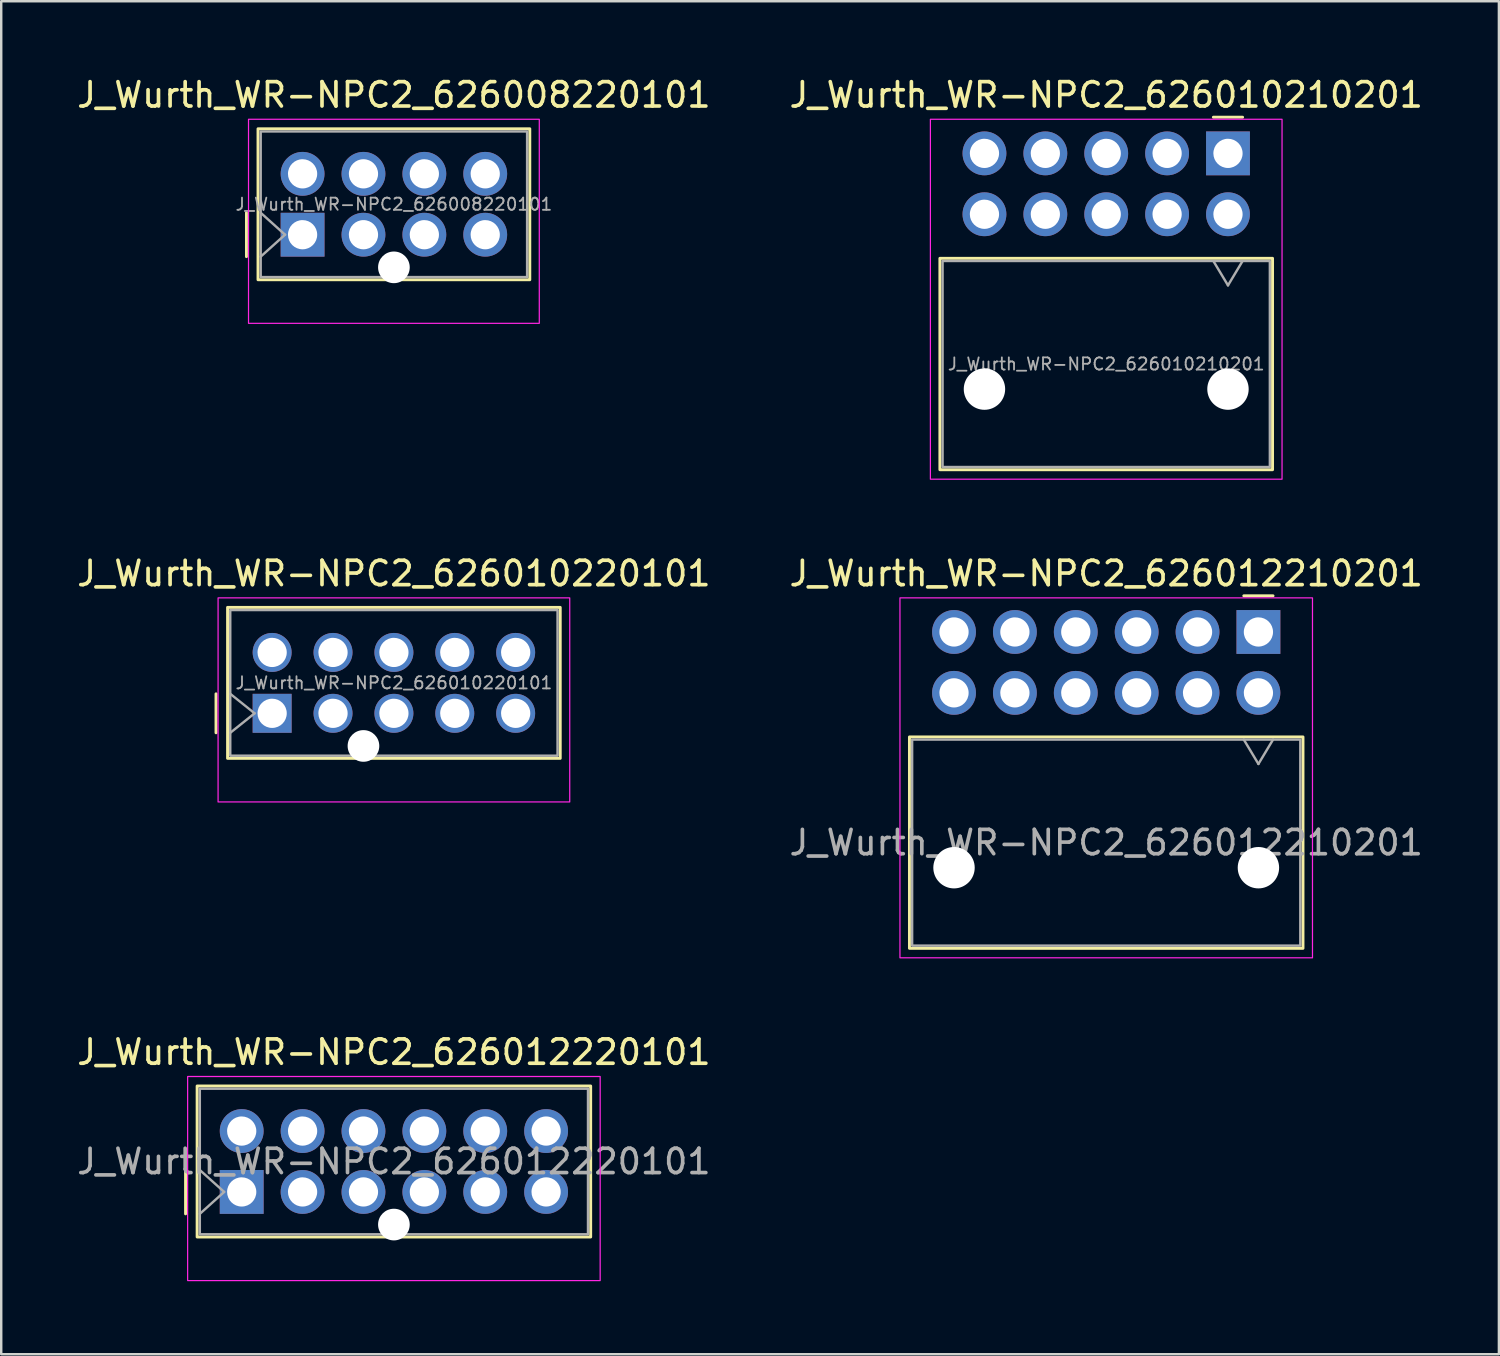
<source format=kicad_pcb>
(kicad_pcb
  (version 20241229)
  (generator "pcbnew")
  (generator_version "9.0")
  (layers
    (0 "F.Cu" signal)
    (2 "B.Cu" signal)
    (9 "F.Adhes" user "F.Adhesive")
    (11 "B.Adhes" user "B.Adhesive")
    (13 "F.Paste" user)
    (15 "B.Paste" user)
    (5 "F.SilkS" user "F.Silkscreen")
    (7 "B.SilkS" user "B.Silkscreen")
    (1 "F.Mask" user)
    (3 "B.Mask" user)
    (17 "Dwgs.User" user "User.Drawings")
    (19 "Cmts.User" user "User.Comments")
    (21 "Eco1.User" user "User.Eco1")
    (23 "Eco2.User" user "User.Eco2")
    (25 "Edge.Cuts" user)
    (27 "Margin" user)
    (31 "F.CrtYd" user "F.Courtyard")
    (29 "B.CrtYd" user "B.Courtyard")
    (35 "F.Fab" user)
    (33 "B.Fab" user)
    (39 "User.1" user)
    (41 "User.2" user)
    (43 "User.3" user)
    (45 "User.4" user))
  (footprint "J_Wurth_WR-NPC2_626010220101"
    (layer "F.Cu")
    (at 8.125 26.241)
    (property "Reference" "J_Wurth_WR-NPC2_626010220101" (at 5 -5.74 0) (unlocked yes) (layer "F.SilkS") (effects (font (size 1 1) (thickness 0.15))))
    (attr through_hole)
    (fp_line (start -2.305 -0.8) (end -2.305 0.8) (stroke (width 0.12) (type default)) (layer "F.SilkS"))
    (fp_rect (start -1.83 -4.35) (end 11.83 1.85) (stroke (width 0.12) (type default)) (fill no) (layer "F.SilkS"))
    (fp_rect (start -2.22 -4.74) (end 12.22 3.64) (stroke (width 0.05) (type default)) (fill no) (layer "F.CrtYd"))
    (fp_line (start -1.72 -0.8) (end -0.72 0) (stroke (width 0.1) (type default)) (layer "F.Fab"))
    (fp_line (start -1.72 0.8) (end -0.72 0) (stroke (width 0.1) (type default)) (layer "F.Fab"))
    (fp_rect (start -1.72 -4.24) (end 11.72 1.74) (stroke (width 0.1) (type default)) (fill no) (layer "F.Fab"))
    (fp_text user "${REFERENCE}" (at 5 -1.25 0) (unlocked yes) (layer "F.Fab") (effects (font (size 0.5 0.5) (thickness 0.075))))
    (pad "" np_thru_hole circle (at 3.75 1.34) (size 1.3 1.3) (drill 1.3) (layers "*.Cu" "*.Mask"))
    (pad "1" thru_hole rect (at 0 0) (size 1.6 1.6) (drill 1.2) (layers "*.Cu" "*.Mask"))
    (pad "2" thru_hole circle (at 2.5 0) (size 1.6 1.6) (drill 1.2) (layers "*.Cu" "*.Mask"))
    (pad "3" thru_hole circle (at 5 0) (size 1.6 1.6) (drill 1.2) (layers "*.Cu" "*.Mask"))
    (pad "4" thru_hole circle (at 7.5 0) (size 1.6 1.6) (drill 1.2) (layers "*.Cu" "*.Mask"))
    (pad "5" thru_hole circle (at 10 0) (size 1.6 1.6) (drill 1.2) (layers "*.Cu" "*.Mask"))
    (pad "6" thru_hole circle (at 0 -2.5) (size 1.6 1.6) (drill 1.2) (layers "*.Cu" "*.Mask"))
    (pad "7" thru_hole circle (at 2.5 -2.5) (size 1.6 1.6) (drill 1.2) (layers "*.Cu" "*.Mask"))
    (pad "8" thru_hole circle (at 5 -2.5) (size 1.6 1.6) (drill 1.2) (layers "*.Cu" "*.Mask"))
    (pad "9" thru_hole circle (at 7.5 -2.5) (size 1.6 1.6) (drill 1.2) (layers "*.Cu" "*.Mask"))
    (pad "10" thru_hole circle (at 10 -2.5) (size 1.6 1.6) (drill 1.2) (layers "*.Cu" "*.Mask")))
  (footprint "J_Wurth_WR-NPC2_626012210201"
    (layer "F.Cu")
    (at 48.625 22.901)
    (property "Reference" "J_Wurth_WR-NPC2_626012210201" (at -6.25 -2.4 0) (unlocked yes) (layer "F.SilkS") (effects (font (size 1 1) (thickness 0.15))))
    (attr through_hole)
    (fp_line (start -0.6 -1.485) (end 0.6 -1.485) (stroke (width 0.12) (type default)) (layer "F.SilkS"))
    (fp_rect (start -14.33 4.31) (end 1.83 12.99) (stroke (width 0.12) (type default)) (fill no) (layer "F.SilkS"))
    (fp_rect (start -14.72 -1.4) (end 2.22 13.38) (stroke (width 0.05) (type default)) (fill no) (layer "F.CrtYd"))
    (fp_line (start -0.6 4.42) (end 0 5.42) (stroke (width 0.1) (type default)) (layer "F.Fab"))
    (fp_line (start 0.6 4.42) (end 0 5.42) (stroke (width 0.1) (type default)) (layer "F.Fab"))
    (fp_rect (start -14.22 4.42) (end 1.72 12.88) (stroke (width 0.1) (type default)) (fill no) (layer "F.Fab"))
    (fp_text user "${REFERENCE}" (at -6.25 8.65 0) (unlocked yes) (layer "F.Fab") (effects (font (size 1 1) (thickness 0.15))))
    (pad "" np_thru_hole circle (at -12.5 9.68) (size 1.7 1.7) (drill 1.7) (layers "*.Cu" "*.Mask"))
    (pad "" np_thru_hole circle (at 0 9.68) (size 1.7 1.7) (drill 1.7) (layers "*.Cu" "*.Mask"))
    (pad "1" thru_hole rect (at 0 0) (size 1.8 1.8) (drill 1.2) (layers "*.Cu" "*.Mask"))
    (pad "2" thru_hole circle (at -2.5 0) (size 1.8 1.8) (drill 1.2) (layers "*.Cu" "*.Mask"))
    (pad "3" thru_hole circle (at -5 0) (size 1.8 1.8) (drill 1.2) (layers "*.Cu" "*.Mask"))
    (pad "4" thru_hole circle (at -7.5 0) (size 1.8 1.8) (drill 1.2) (layers "*.Cu" "*.Mask"))
    (pad "5" thru_hole circle (at -10 0) (size 1.8 1.8) (drill 1.2) (layers "*.Cu" "*.Mask"))
    (pad "6" thru_hole circle (at -12.5 0) (size 1.8 1.8) (drill 1.2) (layers "*.Cu" "*.Mask"))
    (pad "7" thru_hole circle (at 0 2.5) (size 1.8 1.8) (drill 1.2) (layers "*.Cu" "*.Mask"))
    (pad "8" thru_hole circle (at -2.5 2.5) (size 1.8 1.8) (drill 1.2) (layers "*.Cu" "*.Mask"))
    (pad "9" thru_hole circle (at -5 2.5) (size 1.8 1.8) (drill 1.2) (layers "*.Cu" "*.Mask"))
    (pad "10" thru_hole circle (at -7.5 2.5) (size 1.8 1.8) (drill 1.2) (layers "*.Cu" "*.Mask"))
    (pad "11" thru_hole circle (at -10 2.5) (size 1.8 1.8) (drill 1.2) (layers "*.Cu" "*.Mask"))
    (pad "12" thru_hole circle (at -12.5 2.5) (size 1.8 1.8) (drill 1.2) (layers "*.Cu" "*.Mask")))
  (footprint "J_Wurth_WR-NPC2_626008220101"
    (layer "F.Cu")
    (at 9.375 6.588)
    (property "Reference" "J_Wurth_WR-NPC2_626008220101" (at 3.75 -5.74 0) (unlocked yes) (layer "F.SilkS") (effects (font (size 1 1) (thickness 0.15))))
    (attr through_hole)
    (fp_line (start -2.305 -0.9) (end -2.305 0.9) (stroke (width 0.12) (type default)) (layer "F.SilkS"))
    (fp_rect (start -1.83 -4.35) (end 9.33 1.85) (stroke (width 0.12) (type default)) (fill no) (layer "F.SilkS"))
    (fp_rect (start -2.22 -4.74) (end 9.72 3.64) (stroke (width 0.05) (type default)) (fill no) (layer "F.CrtYd"))
    (fp_line (start -1.72 -0.9) (end -0.72 0) (stroke (width 0.1) (type default)) (layer "F.Fab"))
    (fp_line (start -1.72 0.9) (end -0.72 0) (stroke (width 0.1) (type default)) (layer "F.Fab"))
    (fp_rect (start -1.72 -4.24) (end 9.22 1.74) (stroke (width 0.1) (type default)) (fill no) (layer "F.Fab"))
    (fp_text user "${REFERENCE}" (at 3.75 -1.25 0) (unlocked yes) (layer "F.Fab") (effects (font (size 0.5 0.5) (thickness 0.075))))
    (pad "" np_thru_hole circle (at 3.75 1.34) (size 1.3 1.3) (drill 1.3) (layers "*.Cu" "*.Mask"))
    (pad "1" thru_hole rect (at 0 0) (size 1.8 1.8) (drill 1.2) (layers "*.Cu" "*.Mask"))
    (pad "2" thru_hole circle (at 2.5 0) (size 1.8 1.8) (drill 1.2) (layers "*.Cu" "*.Mask"))
    (pad "3" thru_hole circle (at 5 0) (size 1.8 1.8) (drill 1.2) (layers "*.Cu" "*.Mask"))
    (pad "4" thru_hole circle (at 7.5 0) (size 1.8 1.8) (drill 1.2) (layers "*.Cu" "*.Mask"))
    (pad "5" thru_hole circle (at 0 -2.5) (size 1.8 1.8) (drill 1.2) (layers "*.Cu" "*.Mask"))
    (pad "6" thru_hole circle (at 2.5 -2.5) (size 1.8 1.8) (drill 1.2) (layers "*.Cu" "*.Mask"))
    (pad "7" thru_hole circle (at 5 -2.5) (size 1.8 1.8) (drill 1.2) (layers "*.Cu" "*.Mask"))
    (pad "8" thru_hole circle (at 7.5 -2.5) (size 1.8 1.8) (drill 1.2) (layers "*.Cu" "*.Mask")))
  (footprint "J_Wurth_WR-NPC2_626010210201"
    (layer "F.Cu")
    (at 47.375 3.248)
    (property "Reference" "J_Wurth_WR-NPC2_626010210201" (at -5 -2.4 0) (unlocked yes) (layer "F.SilkS") (effects (font (size 1 1) (thickness 0.15))))
    (attr through_hole)
    (fp_line (start -0.6 -1.485) (end 0.6 -1.485) (stroke (width 0.12) (type default)) (layer "F.SilkS"))
    (fp_rect (start -11.83 4.31) (end 1.83 12.99) (stroke (width 0.12) (type default)) (fill no) (layer "F.SilkS"))
    (fp_rect (start -12.22 -1.4) (end 2.22 13.38) (stroke (width 0.05) (type default)) (fill no) (layer "F.CrtYd"))
    (fp_line (start -0.6 4.42) (end 0 5.42) (stroke (width 0.1) (type default)) (layer "F.Fab"))
    (fp_line (start 0.6 4.42) (end 0 5.42) (stroke (width 0.1) (type default)) (layer "F.Fab"))
    (fp_rect (start -11.72 4.42) (end 1.72 12.88) (stroke (width 0.1) (type default)) (fill no) (layer "F.Fab"))
    (fp_text user "${REFERENCE}" (at -5 8.65 0) (unlocked yes) (layer "F.Fab") (effects (font (size 0.5 0.5) (thickness 0.075))))
    (pad "" np_thru_hole circle (at -10 9.68) (size 1.7 1.7) (drill 1.7) (layers "*.Cu" "*.Mask"))
    (pad "" np_thru_hole circle (at 0 9.68) (size 1.7 1.7) (drill 1.7) (layers "*.Cu" "*.Mask"))
    (pad "1" thru_hole rect (at 0 0) (size 1.8 1.8) (drill 1.2) (layers "*.Cu" "*.Mask"))
    (pad "2" thru_hole circle (at -2.5 0) (size 1.8 1.8) (drill 1.2) (layers "*.Cu" "*.Mask"))
    (pad "3" thru_hole circle (at -5 0) (size 1.8 1.8) (drill 1.2) (layers "*.Cu" "*.Mask"))
    (pad "4" thru_hole circle (at -7.5 0) (size 1.8 1.8) (drill 1.2) (layers "*.Cu" "*.Mask"))
    (pad "5" thru_hole circle (at -10 0) (size 1.8 1.8) (drill 1.2) (layers "*.Cu" "*.Mask"))
    (pad "6" thru_hole circle (at 0 2.5) (size 1.8 1.8) (drill 1.2) (layers "*.Cu" "*.Mask"))
    (pad "7" thru_hole circle (at -2.5 2.5) (size 1.8 1.8) (drill 1.2) (layers "*.Cu" "*.Mask"))
    (pad "8" thru_hole circle (at -5 2.5) (size 1.8 1.8) (drill 1.2) (layers "*.Cu" "*.Mask"))
    (pad "9" thru_hole circle (at -7.5 2.5) (size 1.8 1.8) (drill 1.2) (layers "*.Cu" "*.Mask"))
    (pad "10" thru_hole circle (at -10 2.5) (size 1.8 1.8) (drill 1.2) (layers "*.Cu" "*.Mask")))
  (footprint "J_Wurth_WR-NPC2_626012220101"
    (layer "F.Cu")
    (at 6.875 45.895)
    (property "Reference" "J_Wurth_WR-NPC2_626012220101" (at 6.25 -5.74 0) (unlocked yes) (layer "F.SilkS") (effects (font (size 1 1) (thickness 0.15))))
    (attr through_hole)
    (fp_line (start -2.305 -0.9) (end -2.305 0.9) (stroke (width 0.12) (type default)) (layer "F.SilkS"))
    (fp_rect (start -1.83 -4.35) (end 14.33 1.85) (stroke (width 0.12) (type default)) (fill no) (layer "F.SilkS"))
    (fp_rect (start -2.22 -4.74) (end 14.72 3.64) (stroke (width 0.05) (type default)) (fill no) (layer "F.CrtYd"))
    (fp_line (start -1.72 -0.9) (end -0.72 0) (stroke (width 0.1) (type default)) (layer "F.Fab"))
    (fp_line (start -1.72 0.9) (end -0.72 0) (stroke (width 0.1) (type default)) (layer "F.Fab"))
    (fp_rect (start -1.72 -4.24) (end 14.22 1.74) (stroke (width 0.1) (type default)) (fill no) (layer "F.Fab"))
    (fp_text user "${REFERENCE}" (at 6.25 -1.25 0) (unlocked yes) (layer "F.Fab") (effects (font (size 1 1) (thickness 0.15))))
    (pad "" np_thru_hole circle (at 6.25 1.34) (size 1.3 1.3) (drill 1.3) (layers "*.Cu" "*.Mask"))
    (pad "1" thru_hole rect (at 0 0) (size 1.8 1.8) (drill 1.2) (layers "*.Cu" "*.Mask"))
    (pad "2" thru_hole circle (at 2.5 0) (size 1.8 1.8) (drill 1.2) (layers "*.Cu" "*.Mask"))
    (pad "3" thru_hole circle (at 5 0) (size 1.8 1.8) (drill 1.2) (layers "*.Cu" "*.Mask"))
    (pad "4" thru_hole circle (at 7.5 0) (size 1.8 1.8) (drill 1.2) (layers "*.Cu" "*.Mask"))
    (pad "5" thru_hole circle (at 10 0) (size 1.8 1.8) (drill 1.2) (layers "*.Cu" "*.Mask"))
    (pad "6" thru_hole circle (at 12.5 0) (size 1.8 1.8) (drill 1.2) (layers "*.Cu" "*.Mask"))
    (pad "7" thru_hole circle (at 0 -2.5) (size 1.8 1.8) (drill 1.2) (layers "*.Cu" "*.Mask"))
    (pad "8" thru_hole circle (at 2.5 -2.5) (size 1.8 1.8) (drill 1.2) (layers "*.Cu" "*.Mask"))
    (pad "9" thru_hole circle (at 5 -2.5) (size 1.8 1.8) (drill 1.2) (layers "*.Cu" "*.Mask"))
    (pad "10" thru_hole circle (at 7.5 -2.5) (size 1.8 1.8) (drill 1.2) (layers "*.Cu" "*.Mask"))
    (pad "11" thru_hole circle (at 10 -2.5) (size 1.8 1.8) (drill 1.2) (layers "*.Cu" "*.Mask"))
    (pad "12" thru_hole circle (at 12.5 -2.5) (size 1.8 1.8) (drill 1.2) (layers "*.Cu" "*.Mask")))
  (gr_rect
    (start -3 -3)
    (end 58.5 52.56)
    (stroke (width 0.1) (type default))
    (fill no)
    (layer "Edge.Cuts")))
</source>
